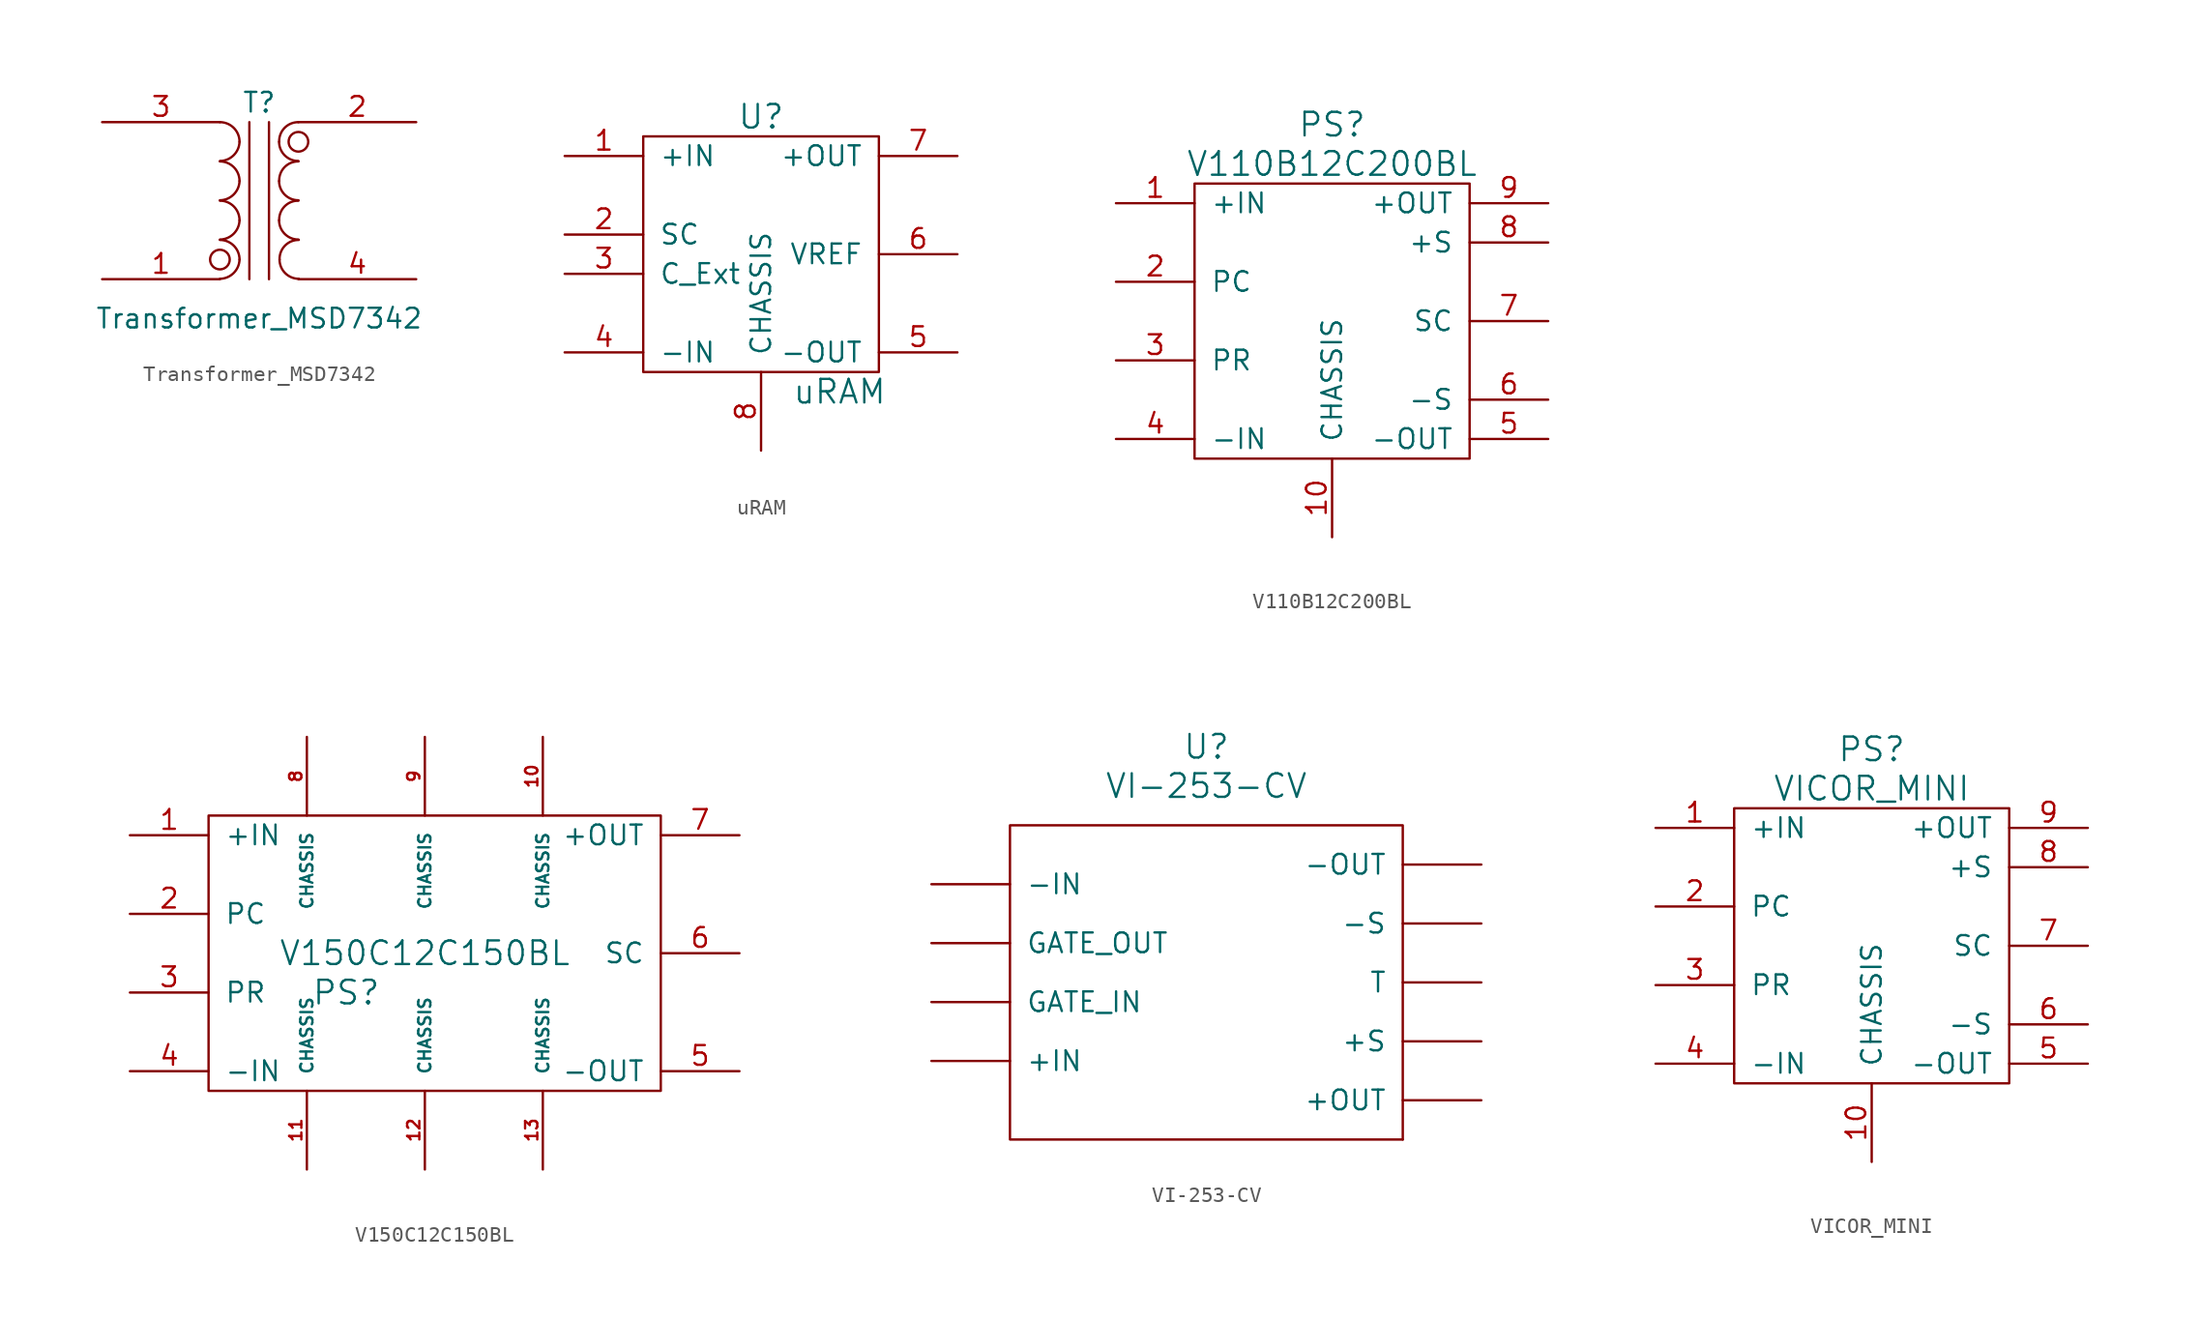
<source format=kicad_sym>
(kicad_symbol_lib
  (version 20211014)
  (generator kicad_symbol_editor)
  (symbol "Transformer_MSD7342"
    (pin_names
      (offset 1.016) hide)
    (property "Reference" "T"
      (at 0 6.35 0)
      (effects (font (size 1.27 1.27))))
    (property "Value" "Transformer_MSD7342"
      (at 0 -7.62 0)
      (effects (font (size 1.27 1.27))))
    (symbol "Transformer_MSD7342_0_0"
      (circle (center -2.54 -3.81) (radius 0.635) (stroke (width 0) (type default) (color 0 0 0 0)) (fill (type none)))
      (circle (center 2.54 3.81) (radius 0.635) (stroke (width 0) (type default) (color 0 0 0 0)) (fill (type none))))
    (symbol "Transformer_MSD7342_0_1"
      (arc (start -2.54 -5.0546) (mid -1.6599 -4.6901) (end -1.27 -3.81) (stroke (width 0) (type default) (color 0 0 0 0)) (fill (type none)))
      (arc (start -2.54 -2.5146) (mid -1.6599 -2.1501) (end -1.27 -1.27) (stroke (width 0) (type default) (color 0 0 0 0)) (fill (type none)))
      (arc (start -2.54 0.0254) (mid -1.6599 0.3899) (end -1.27 1.27) (stroke (width 0) (type default) (color 0 0 0 0)) (fill (type none)))
      (arc (start -2.54 2.5654) (mid -1.6599 2.9299) (end -1.27 3.81) (stroke (width 0) (type default) (color 0 0 0 0)) (fill (type none)))
      (arc (start -1.27 -3.81) (mid -1.642 -2.912) (end -2.54 -2.54) (stroke (width 0) (type default) (color 0 0 0 0)) (fill (type none)))
      (arc (start -1.27 -1.27) (mid -1.642 -0.372) (end -2.54 0) (stroke (width 0) (type default) (color 0 0 0 0)) (fill (type none)))
      (arc (start -1.27 1.27) (mid -1.642 2.168) (end -2.54 2.54) (stroke (width 0) (type default) (color 0 0 0 0)) (fill (type none)))
      (arc (start -1.27 3.81) (mid -1.642 4.708) (end -2.54 5.08) (stroke (width 0) (type default) (color 0 0 0 0)) (fill (type none)))
      (polyline (pts (xy -0.635 5.08) (xy -0.635 -5.08)) (stroke (width 0) (type default) (color 0 0 0 0)) (fill (type none)))
      (polyline (pts (xy 0.635 -5.08) (xy 0.635 5.08)) (stroke (width 0) (type default) (color 0 0 0 0)) (fill (type none)))
      (arc (start 1.2954 -1.27) (mid 1.6599 -2.1501) (end 2.54 -2.5146) (stroke (width 0) (type default) (color 0 0 0 0)) (fill (type none)))
      (arc (start 1.2954 1.27) (mid 1.6599 0.3899) (end 2.54 0.0254) (stroke (width 0) (type default) (color 0 0 0 0)) (fill (type none)))
      (arc (start 1.2954 3.81) (mid 1.6599 2.9299) (end 2.54 2.5654) (stroke (width 0) (type default) (color 0 0 0 0)) (fill (type none)))
      (arc (start 1.3208 -3.81) (mid 1.6853 -4.6901) (end 2.5654 -5.0546) (stroke (width 0) (type default) (color 0 0 0 0)) (fill (type none)))
      (arc (start 2.54 0) (mid 1.642 -0.372) (end 1.2954 -1.27) (stroke (width 0) (type default) (color 0 0 0 0)) (fill (type none)))
      (arc (start 2.54 2.54) (mid 1.642 2.168) (end 1.2954 1.27) (stroke (width 0) (type default) (color 0 0 0 0)) (fill (type none)))
      (arc (start 2.54 5.08) (mid 1.642 4.708) (end 1.2954 3.81) (stroke (width 0) (type default) (color 0 0 0 0)) (fill (type none)))
      (arc (start 2.5654 -2.54) (mid 1.6674 -2.912) (end 1.3208 -3.81) (stroke (width 0) (type default) (color 0 0 0 0)) (fill (type none))))
    (symbol "Transformer_MSD7342_1_1"
      (pin passive line (at -10.16 -5.08 0) (length 7.62) (name "AB" (effects (font (size 1.27 1.27)))) (number "1" (effects (font (size 1.27 1.27)))))
      (pin passive line (at 10.16 5.08 180) (length 7.62) (name "SB" (effects (font (size 1.27 1.27)))) (number "2" (effects (font (size 1.27 1.27)))))
      (pin passive line (at -10.16 5.08 0) (length 7.62) (name "AA" (effects (font (size 1.27 1.27)))) (number "3" (effects (font (size 1.27 1.27)))))
      (pin passive line (at 10.16 -5.08 180) (length 7.62) (name "SA" (effects (font (size 1.27 1.27)))) (number "4" (effects (font (size 1.27 1.27)))))))
  (symbol "uRAM"
    (pin_names
      (offset 1.016))
    (property "Reference" "U"
      (at 0 16.51 0)
      (effects (font (size 1.524 1.524))))
    (property "Value" "uRAM"
      (at 5.08 -1.27 0)
      (effects (font (size 1.524 1.524))))
    (symbol "uRAM_0_1"
      (rectangle (start -7.62 15.24) (end 7.62 0) (stroke (width 0) (type default) (color 0 0 0 0)) (fill (type none))))
    (symbol "uRAM_1_1"
      (pin power_in line (at -12.7 13.97 0) (length 5.08) (name "+IN" (effects (font (size 1.27 1.27)))) (number "1" (effects (font (size 1.27 1.27)))))
      (pin bidirectional line (at -12.7 8.89 0) (length 5.08) (name "SC" (effects (font (size 1.27 1.27)))) (number "2" (effects (font (size 1.27 1.27)))))
      (pin passive line (at -12.7 6.35 0) (length 5.08) (name "C_Ext" (effects (font (size 1.27 1.27)))) (number "3" (effects (font (size 1.27 1.27)))))
      (pin power_in line (at -12.7 1.27 0) (length 5.08) (name "-IN" (effects (font (size 1.27 1.27)))) (number "4" (effects (font (size 1.27 1.27)))))
      (pin power_out line (at 12.7 1.27 180) (length 5.08) (name "-OUT" (effects (font (size 1.27 1.27)))) (number "5" (effects (font (size 1.27 1.27)))))
      (pin input line (at 12.7 7.62 180) (length 5.08) (name "VREF" (effects (font (size 1.27 1.27)))) (number "6" (effects (font (size 1.27 1.27)))))
      (pin power_out line (at 12.7 13.97 180) (length 5.08) (name "+OUT" (effects (font (size 1.27 1.27)))) (number "7" (effects (font (size 1.27 1.27)))))
      (pin passive line (at 0 -5.08 90) (length 5.08) (name "CHASSIS" (effects (font (size 1.27 1.27)))) (number "8" (effects (font (size 1.27 1.27)))))))
  (symbol "V110B12C200BL"
    (pin_names
      (offset 1.016))
    (property "Reference" "PS"
      (at 0 21.59 0)
      (effects (font (size 1.524 1.524))))
    (property "Value" "V110B12C200BL"
      (at 0 19.05 0)
      (effects (font (size 1.524 1.524))))
    (symbol "V110B12C200BL_0_1"
      (rectangle (start -8.89 17.78) (end 8.89 0) (stroke (width 0) (type default) (color 0 0 0 0)) (fill (type none))))
    (symbol "V110B12C200BL_1_1"
      (pin power_in line (at -13.97 16.51 0) (length 5.08) (name "+IN" (effects (font (size 1.27 1.27)))) (number "1" (effects (font (size 1.27 1.27)))))
      (pin passive line (at 0 -5.08 90) (length 5.08) (name "CHASSIS" (effects (font (size 1.27 1.27)))) (number "10" (effects (font (size 1.27 1.27)))))
      (pin bidirectional line (at -13.97 11.43 0) (length 5.08) (name "PC" (effects (font (size 1.27 1.27)))) (number "2" (effects (font (size 1.27 1.27)))))
      (pin bidirectional line (at -13.97 6.35 0) (length 5.08) (name "PR" (effects (font (size 1.27 1.27)))) (number "3" (effects (font (size 1.27 1.27)))))
      (pin power_in line (at -13.97 1.27 0) (length 5.08) (name "-IN" (effects (font (size 1.27 1.27)))) (number "4" (effects (font (size 1.27 1.27)))))
      (pin power_out line (at 13.97 1.27 180) (length 5.08) (name "-OUT" (effects (font (size 1.27 1.27)))) (number "5" (effects (font (size 1.27 1.27)))))
      (pin input line (at 13.97 3.81 180) (length 5.08) (name "-S" (effects (font (size 1.27 1.27)))) (number "6" (effects (font (size 1.27 1.27)))))
      (pin bidirectional line (at 13.97 8.89 180) (length 5.08) (name "SC" (effects (font (size 1.27 1.27)))) (number "7" (effects (font (size 1.27 1.27)))))
      (pin input line (at 13.97 13.97 180) (length 5.08) (name "+S" (effects (font (size 1.27 1.27)))) (number "8" (effects (font (size 1.27 1.27)))))
      (pin power_out line (at 13.97 16.51 180) (length 5.08) (name "+OUT" (effects (font (size 1.27 1.27)))) (number "9" (effects (font (size 1.27 1.27)))))))
  (symbol "V150C12C150BL"
    (pin_names
      (offset 1.016))
    (property "Reference" "PS"
      (at -5.08 -2.54 0)
      (effects (font (size 1.524 1.524))))
    (property "Value" "V150C12C150BL"
      (at 0 0 0)
      (effects (font (size 1.524 1.524))))
    (symbol "V150C12C150BL_0_1"
      (rectangle (start -13.97 8.89) (end 15.24 -8.89) (stroke (width 0) (type default) (color 0 0 0 0)) (fill (type none))))
    (symbol "V150C12C150BL_1_1"
      (pin power_in line (at -19.05 7.62 0) (length 5.08) (name "+IN" (effects (font (size 1.27 1.27)))) (number "1" (effects (font (size 1.27 1.27)))))
      (pin passive line (at 7.62 13.97 270) (length 5.08) (name "CHASSIS" (effects (font (size 0.787 0.787)))) (number "10" (effects (font (size 0.787 0.787)))))
      (pin passive line (at -7.62 -13.97 90) (length 5.08) (name "CHASSIS" (effects (font (size 0.787 0.787)))) (number "11" (effects (font (size 0.787 0.787)))))
      (pin passive line (at 0 -13.97 90) (length 5.08) (name "CHASSIS" (effects (font (size 0.787 0.787)))) (number "12" (effects (font (size 0.787 0.787)))))
      (pin passive line (at 7.62 -13.97 90) (length 5.08) (name "CHASSIS" (effects (font (size 0.787 0.787)))) (number "13" (effects (font (size 0.787 0.787)))))
      (pin bidirectional line (at -19.05 2.54 0) (length 5.08) (name "PC" (effects (font (size 1.27 1.27)))) (number "2" (effects (font (size 1.27 1.27)))))
      (pin bidirectional line (at -19.05 -2.54 0) (length 5.08) (name "PR" (effects (font (size 1.27 1.27)))) (number "3" (effects (font (size 1.27 1.27)))))
      (pin power_in line (at -19.05 -7.62 0) (length 5.08) (name "-IN" (effects (font (size 1.27 1.27)))) (number "4" (effects (font (size 1.27 1.27)))))
      (pin power_out line (at 20.32 -7.62 180) (length 5.08) (name "-OUT" (effects (font (size 1.27 1.27)))) (number "5" (effects (font (size 1.27 1.27)))))
      (pin bidirectional line (at 20.32 0 180) (length 5.08) (name "SC" (effects (font (size 1.27 1.27)))) (number "6" (effects (font (size 1.27 1.27)))))
      (pin power_out line (at 20.32 7.62 180) (length 5.08) (name "+OUT" (effects (font (size 1.27 1.27)))) (number "7" (effects (font (size 1.27 1.27)))))
      (pin passive line (at -7.62 13.97 270) (length 5.08) (name "CHASSIS" (effects (font (size 0.787 0.787)))) (number "8" (effects (font (size 0.787 0.787)))))
      (pin passive line (at 0 13.97 270) (length 5.08) (name "CHASSIS" (effects (font (size 0.787 0.787)))) (number "9" (effects (font (size 0.787 0.787)))))))
  (symbol "VI-253-CV"
    (pin_names
      (offset 1.016))
    (property "Reference" "U"
      (at 35.56 48.26 0)
      (effects (font (size 1.524 1.524))))
    (property "Value" "VI-253-CV"
      (at 35.56 45.72 0)
      (effects (font (size 1.524 1.524))))
    (symbol "VI-253-CV_0_1"
      (rectangle (start 48.26 22.86) (end 22.86 43.18) (stroke (width 0) (type default) (color 0 0 0 0)) (fill (type none)))
      (rectangle (start 48.26 22.86) (end 48.26 22.86) (stroke (width 0) (type default) (color 0 0 0 0)) (fill (type none))))
    (symbol "VI-253-CV_1_1"
      (pin input line (at 17.78 27.94 0) (length 5.08) (name "+IN" (effects (font (size 1.27 1.27)))) (number "~" (effects (font (size 1.27 1.27)))))
      (pin input line (at 53.34 25.4 180) (length 5.08) (name "+OUT" (effects (font (size 1.27 1.27)))) (number "~" (effects (font (size 1.27 1.27)))))
      (pin input line (at 53.34 29.21 180) (length 5.08) (name "+S" (effects (font (size 1.27 1.27)))) (number "~" (effects (font (size 1.27 1.27)))))
      (pin input line (at 17.78 39.37 0) (length 5.08) (name "-IN" (effects (font (size 1.27 1.27)))) (number "~" (effects (font (size 1.27 1.27)))))
      (pin input line (at 53.34 40.64 180) (length 5.08) (name "-OUT" (effects (font (size 1.27 1.27)))) (number "~" (effects (font (size 1.27 1.27)))))
      (pin input line (at 53.34 36.83 180) (length 5.08) (name "-S" (effects (font (size 1.27 1.27)))) (number "~" (effects (font (size 1.27 1.27)))))
      (pin input line (at 17.78 31.75 0) (length 5.08) (name "GATE_IN" (effects (font (size 1.27 1.27)))) (number "~" (effects (font (size 1.27 1.27)))))
      (pin input line (at 17.78 35.56 0) (length 5.08) (name "GATE_OUT" (effects (font (size 1.27 1.27)))) (number "~" (effects (font (size 1.27 1.27)))))
      (pin input line (at 53.34 33.02 180) (length 5.08) (name "T" (effects (font (size 1.27 1.27)))) (number "~" (effects (font (size 1.27 1.27)))))))
  (symbol "VICOR_MINI"
    (pin_names
      (offset 1.016))
    (property "Reference" "PS"
      (at 0 21.59 0)
      (effects (font (size 1.524 1.524))))
    (property "Value" "VICOR_MINI"
      (at 0 19.05 0)
      (effects (font (size 1.524 1.524))))
    (symbol "VICOR_MINI_0_1"
      (rectangle (start -8.89 17.78) (end 8.89 0) (stroke (width 0) (type default) (color 0 0 0 0)) (fill (type none))))
    (symbol "VICOR_MINI_1_1"
      (pin power_in line (at -13.97 16.51 0) (length 5.08) (name "+IN" (effects (font (size 1.27 1.27)))) (number "1" (effects (font (size 1.27 1.27)))))
      (pin passive line (at 0 -5.08 90) (length 5.08) (name "CHASSIS" (effects (font (size 1.27 1.27)))) (number "10" (effects (font (size 1.27 1.27)))))
      (pin bidirectional line (at -13.97 11.43 0) (length 5.08) (name "PC" (effects (font (size 1.27 1.27)))) (number "2" (effects (font (size 1.27 1.27)))))
      (pin bidirectional line (at -13.97 6.35 0) (length 5.08) (name "PR" (effects (font (size 1.27 1.27)))) (number "3" (effects (font (size 1.27 1.27)))))
      (pin power_in line (at -13.97 1.27 0) (length 5.08) (name "-IN" (effects (font (size 1.27 1.27)))) (number "4" (effects (font (size 1.27 1.27)))))
      (pin power_out line (at 13.97 1.27 180) (length 5.08) (name "-OUT" (effects (font (size 1.27 1.27)))) (number "5" (effects (font (size 1.27 1.27)))))
      (pin input line (at 13.97 3.81 180) (length 5.08) (name "-S" (effects (font (size 1.27 1.27)))) (number "6" (effects (font (size 1.27 1.27)))))
      (pin bidirectional line (at 13.97 8.89 180) (length 5.08) (name "SC" (effects (font (size 1.27 1.27)))) (number "7" (effects (font (size 1.27 1.27)))))
      (pin input line (at 13.97 13.97 180) (length 5.08) (name "+S" (effects (font (size 1.27 1.27)))) (number "8" (effects (font (size 1.27 1.27)))))
      (pin power_out line (at 13.97 16.51 180) (length 5.08) (name "+OUT" (effects (font (size 1.27 1.27)))) (number "9" (effects (font (size 1.27 1.27))))))))
</source>
